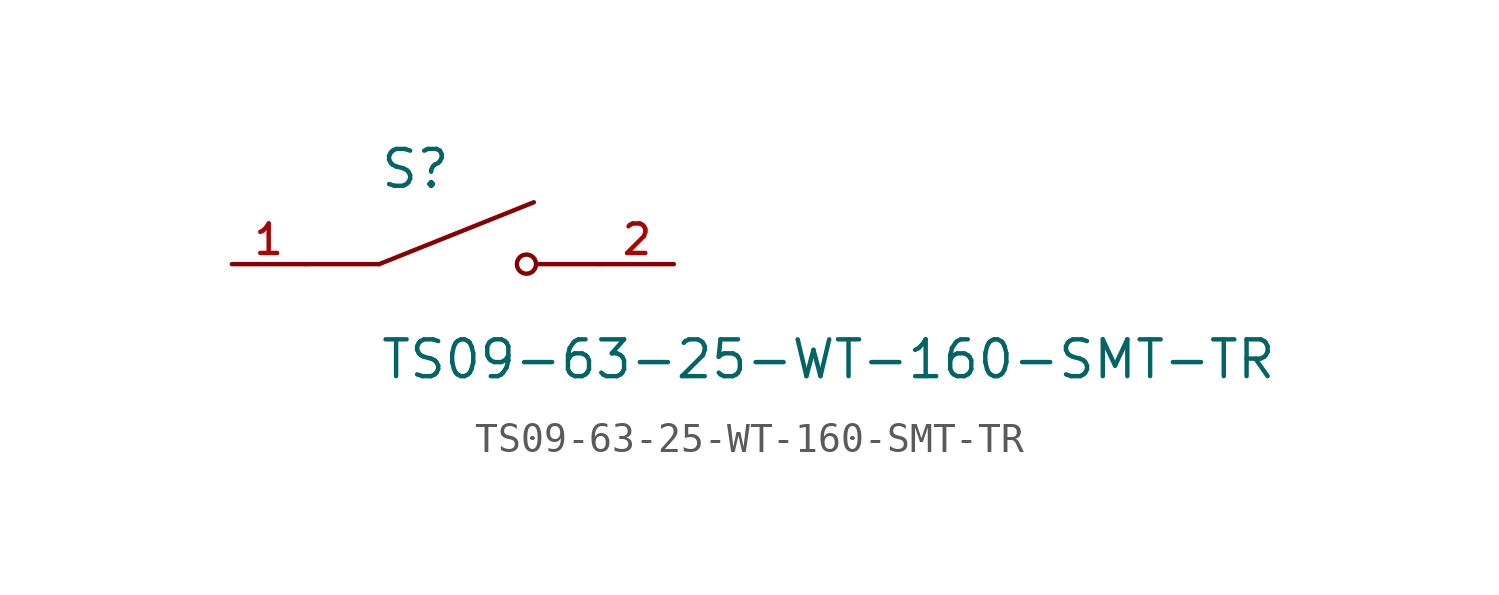
<source format=kicad_sym>
(kicad_symbol_lib
  (version 20211014)
  (generator kicad_symbol_editor)
  (symbol "TS09-63-25-WT-160-SMT-TR"
    (pin_names
      (offset 1.016))
    (property "Reference" "S"
      (at -2.54 2.54 0)
      (effects (font (size 1.27 1.27)) (justify bottom left)))
    (property "Value" "TS09-63-25-WT-160-SMT-TR"
      (at -2.54 -2.54 0)
      (effects (font (size 1.27 1.27)) (justify top left)))
    (symbol "TS09-63-25-WT-160-SMT-TR_0_0"
      (polyline (pts (xy -2.54 0.0) (xy 2.794 2.134)) (stroke (width 0.152)))
      (circle (center 2.54 0.0) (radius 0.33) (stroke (width 0.152)) (fill (type none)))
      (polyline (pts (xy 5.08 0.0) (xy 2.921 0.0)) (stroke (width 0.152)))
      (polyline (pts (xy -2.54 0.0) (xy -5.08 0.0)) (stroke (width 0.152)))
      (pin passive line (at -7.62 0.0 0) (length 2.54) (name "~" (effects (font (size 1.016 1.016)))) (number "1" (effects (font (size 1.016 1.016)))))
      (pin passive line (at 7.62 0.0 180.0) (length 2.54) (name "~" (effects (font (size 1.016 1.016)))) (number "2" (effects (font (size 1.016 1.016))))))))
</source>
